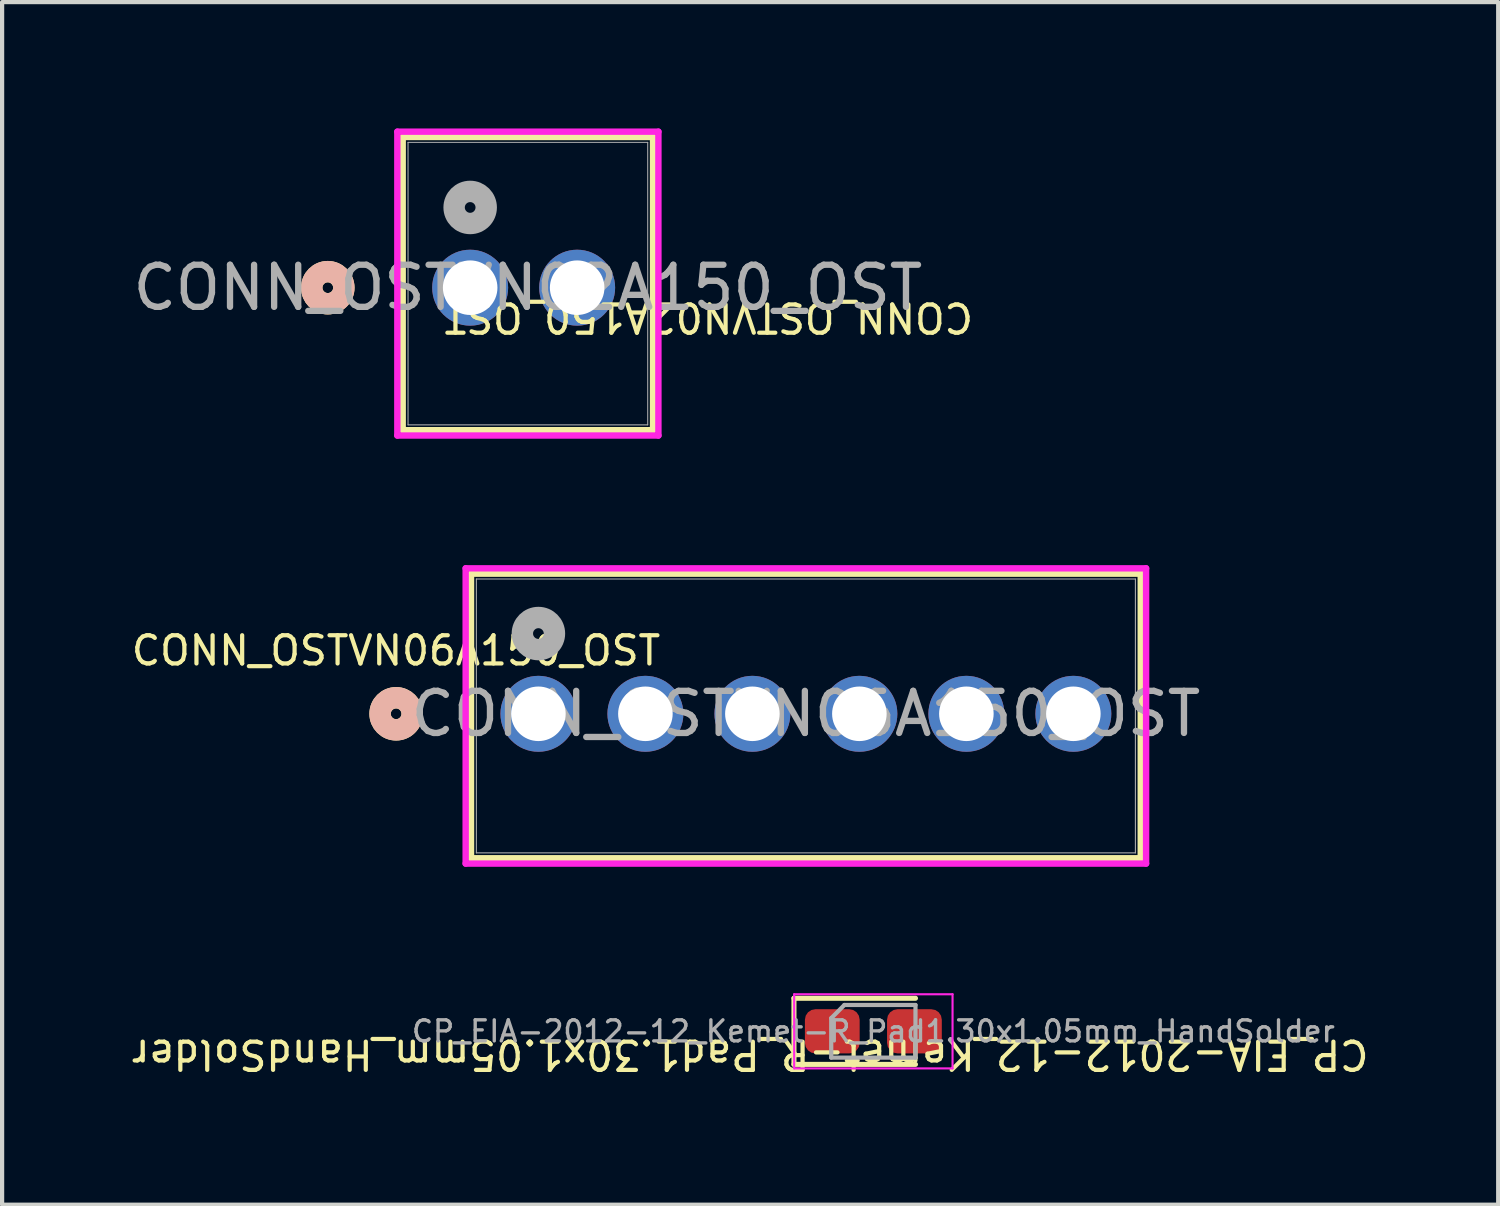
<source format=kicad_pcb>
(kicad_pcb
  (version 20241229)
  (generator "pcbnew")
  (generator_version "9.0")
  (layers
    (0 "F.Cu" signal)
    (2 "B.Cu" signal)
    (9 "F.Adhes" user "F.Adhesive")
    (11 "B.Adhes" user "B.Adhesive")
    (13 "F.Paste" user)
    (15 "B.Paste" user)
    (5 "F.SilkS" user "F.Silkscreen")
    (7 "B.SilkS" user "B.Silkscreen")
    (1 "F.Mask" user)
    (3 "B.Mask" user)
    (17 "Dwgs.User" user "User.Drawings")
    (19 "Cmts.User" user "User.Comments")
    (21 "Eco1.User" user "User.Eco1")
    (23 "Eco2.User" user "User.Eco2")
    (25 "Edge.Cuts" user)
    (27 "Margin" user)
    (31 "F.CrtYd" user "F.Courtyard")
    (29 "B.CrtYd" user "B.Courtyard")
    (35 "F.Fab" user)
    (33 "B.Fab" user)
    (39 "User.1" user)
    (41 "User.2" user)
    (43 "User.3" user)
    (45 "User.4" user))
  (footprint "CONN_OSTVN06A150_OST"
    (layer "F.Cu")
    (at 9.732 13.896)
    (property "Reference" "CONN_OSTVN06A150_OST" (at -3.38 -1.5 0) (unlocked yes) (layer "F.SilkS") (effects (font (size 0.67 0.67) (thickness 0.1))))
    (attr through_hole)
    (fp_line (start -1.6 -3.327) (end -1.6 3.429) (stroke (width 0.152) (type solid)) (layer "F.SilkS"))
    (fp_line (start -1.6 3.429) (end 14.3 3.429) (stroke (width 0.152) (type solid)) (layer "F.SilkS"))
    (fp_line (start 14.3 -3.327) (end -1.6 -3.327) (stroke (width 0.152) (type solid)) (layer "F.SilkS"))
    (fp_line (start 14.3 3.429) (end 14.3 -3.327) (stroke (width 0.152) (type solid)) (layer "F.SilkS"))
    (fp_circle (center -3.378 0) (end -2.997 0) (stroke (width 0.508) (type solid)) (fill no) (layer "F.SilkS"))
    (fp_circle (center -3.378 0) (end -2.997 0) (stroke (width 0.508) (type solid)) (fill no) (layer "B.SilkS"))
    (fp_line (start -1.727 -3.454) (end -1.727 3.556) (stroke (width 0.152) (type solid)) (layer "F.CrtYd"))
    (fp_line (start -1.727 3.556) (end 14.427 3.556) (stroke (width 0.152) (type solid)) (layer "F.CrtYd"))
    (fp_line (start 14.427 -3.454) (end -1.727 -3.454) (stroke (width 0.152) (type solid)) (layer "F.CrtYd"))
    (fp_line (start 14.427 3.556) (end 14.427 -3.454) (stroke (width 0.152) (type solid)) (layer "F.CrtYd"))
    (fp_line (start -1.473 -3.2) (end -1.473 3.302) (stroke (width 0.025) (type solid)) (layer "F.Fab"))
    (fp_line (start -1.473 3.302) (end 14.173 3.302) (stroke (width 0.025) (type solid)) (layer "F.Fab"))
    (fp_line (start 14.173 -3.2) (end -1.473 -3.2) (stroke (width 0.025) (type solid)) (layer "F.Fab"))
    (fp_line (start 14.173 3.302) (end 14.173 -3.2) (stroke (width 0.025) (type solid)) (layer "F.Fab"))
    (fp_circle (center 0 -1.905) (end 0.381 -1.905) (stroke (width 0.508) (type solid)) (fill no) (layer "F.Fab"))
    (fp_text user "${REFERENCE}" (at 6.35 0 0) (unlocked yes) (layer "F.Fab") (effects (font (size 1 1) (thickness 0.15))))
    (pad "1" thru_hole circle (at 0 0) (size 1.803 1.803) (drill 1.295) (layers "*.Cu" "*.Mask"))
    (pad "2" thru_hole circle (at 2.54 0) (size 1.803 1.803) (drill 1.295) (layers "*.Cu" "*.Mask"))
    (pad "3" thru_hole circle (at 5.08 0) (size 1.803 1.803) (drill 1.295) (layers "*.Cu" "*.Mask"))
    (pad "4" thru_hole circle (at 7.62 0) (size 1.803 1.803) (drill 1.295) (layers "*.Cu" "*.Mask"))
    (pad "5" thru_hole circle (at 10.16 0) (size 1.803 1.803) (drill 1.295) (layers "*.Cu" "*.Mask"))
    (pad "6" thru_hole circle (at 12.7 0) (size 1.803 1.803) (drill 1.295) (layers "*.Cu" "*.Mask")))
  (footprint "CONN_OSTVN02A150_OST"
    (layer "F.Cu")
    (at 8.112 3.78)
    (property "Reference" "CONN_OSTVN02A150_OST" (at 5.665 0.703 180) (unlocked yes) (layer "F.SilkS") (effects (font (size 0.67 0.67) (thickness 0.1))))
    (attr through_hole)
    (fp_line (start -1.602 -3.577) (end -1.602 3.383) (stroke (width 0.152) (type solid)) (layer "F.SilkS"))
    (fp_line (start -1.602 3.383) (end 4.342 3.383) (stroke (width 0.152) (type solid)) (layer "F.SilkS"))
    (fp_line (start 4.342 -3.577) (end -1.602 -3.577) (stroke (width 0.152) (type solid)) (layer "F.SilkS"))
    (fp_line (start 4.342 3.383) (end 4.342 -3.577) (stroke (width 0.152) (type solid)) (layer "F.SilkS"))
    (fp_circle (center -3.38 0) (end -2.999 0) (stroke (width 0.508) (type solid)) (fill no) (layer "F.SilkS"))
    (fp_circle (center -3.38 0) (end -2.999 0) (stroke (width 0.508) (type solid)) (fill no) (layer "B.SilkS"))
    (fp_line (start -1.729 -3.704) (end -1.729 3.51) (stroke (width 0.152) (type solid)) (layer "F.CrtYd"))
    (fp_line (start -1.729 3.51) (end 4.469 3.51) (stroke (width 0.152) (type solid)) (layer "F.CrtYd"))
    (fp_line (start 4.469 -3.704) (end -1.729 -3.704) (stroke (width 0.152) (type solid)) (layer "F.CrtYd"))
    (fp_line (start 4.469 3.51) (end 4.469 -3.704) (stroke (width 0.152) (type solid)) (layer "F.CrtYd"))
    (fp_line (start -1.475 -3.45) (end -1.475 3.256) (stroke (width 0.025) (type solid)) (layer "F.Fab"))
    (fp_line (start -1.475 3.256) (end 4.215 3.256) (stroke (width 0.025) (type solid)) (layer "F.Fab"))
    (fp_line (start 4.215 -3.45) (end -1.475 -3.45) (stroke (width 0.025) (type solid)) (layer "F.Fab"))
    (fp_line (start 4.215 3.256) (end 4.215 -3.45) (stroke (width 0.025) (type solid)) (layer "F.Fab"))
    (fp_circle (center 0 -1.905) (end 0.381 -1.905) (stroke (width 0.508) (type solid)) (fill no) (layer "F.Fab"))
    (fp_text user "${REFERENCE}" (at 1.37 0 0) (unlocked yes) (layer "F.Fab") (effects (font (size 1 1) (thickness 0.15))))
    (pad "1" thru_hole circle (at 0 0) (size 1.803 1.803) (drill 1.295) (layers "*.Cu" "*.Mask"))
    (pad "2" thru_hole circle (at 2.54 0) (size 1.803 1.803) (drill 1.295) (layers "*.Cu" "*.Mask")))
  (footprint "CP_EIA-2012-12_Kemet-R_Pad1.30x1.05mm_HandSolder"
    (layer "F.Cu")
    (at 17.684 21.434)
    (property "Reference" "CP_EIA-2012-12_Kemet-R_Pad1.30x1.05mm_HandSolder" (at -2.925 0.55 180) (unlocked yes) (layer "F.SilkS") (effects (font (size 0.67 0.67) (thickness 0.1))))
    (attr smd)
    (fp_line (start -1.885 -0.785) (end -1.885 0.785) (stroke (width 0.12) (type solid)) (layer "F.SilkS"))
    (fp_line (start -1.885 0.785) (end 1 0.785) (stroke (width 0.12) (type solid)) (layer "F.SilkS"))
    (fp_line (start 1 -0.785) (end -1.885 -0.785) (stroke (width 0.12) (type solid)) (layer "F.SilkS"))
    (fp_line (start -1.88 -0.88) (end 1.88 -0.88) (stroke (width 0.05) (type solid)) (layer "F.CrtYd"))
    (fp_line (start -1.88 0.88) (end -1.88 -0.88) (stroke (width 0.05) (type solid)) (layer "F.CrtYd"))
    (fp_line (start 1.88 -0.88) (end 1.88 0.88) (stroke (width 0.05) (type solid)) (layer "F.CrtYd"))
    (fp_line (start 1.88 0.88) (end -1.88 0.88) (stroke (width 0.05) (type solid)) (layer "F.CrtYd"))
    (fp_line (start -1 -0.312) (end -1 0.625) (stroke (width 0.1) (type solid)) (layer "F.Fab"))
    (fp_line (start -1 0.625) (end 1 0.625) (stroke (width 0.1) (type solid)) (layer "F.Fab"))
    (fp_line (start -0.688 -0.625) (end -1 -0.312) (stroke (width 0.1) (type solid)) (layer "F.Fab"))
    (fp_line (start 1 -0.625) (end -0.688 -0.625) (stroke (width 0.1) (type solid)) (layer "F.Fab"))
    (fp_line (start 1 0.625) (end 1 -0.625) (stroke (width 0.1) (type solid)) (layer "F.Fab"))
    (fp_text user "${REFERENCE}" (at 0 0 0) (layer "F.Fab") (effects (font (size 0.5 0.5) (thickness 0.08))))
    (pad "1" smd roundrect (at -0.975 0) (size 1.3 1.05) (layers "F.Cu" "F.Mask" "F.Paste") (roundrect_rratio 0.238))
    (pad "2" smd roundrect (at 0.975 0) (size 1.3 1.05) (layers "F.Cu" "F.Mask" "F.Paste") (roundrect_rratio 0.238)))
  (gr_rect
    (start -3 -3)
    (end 32.518 25.551)
    (stroke (width 0.1) (type default))
    (fill no)
    (layer "Edge.Cuts")))
</source>
